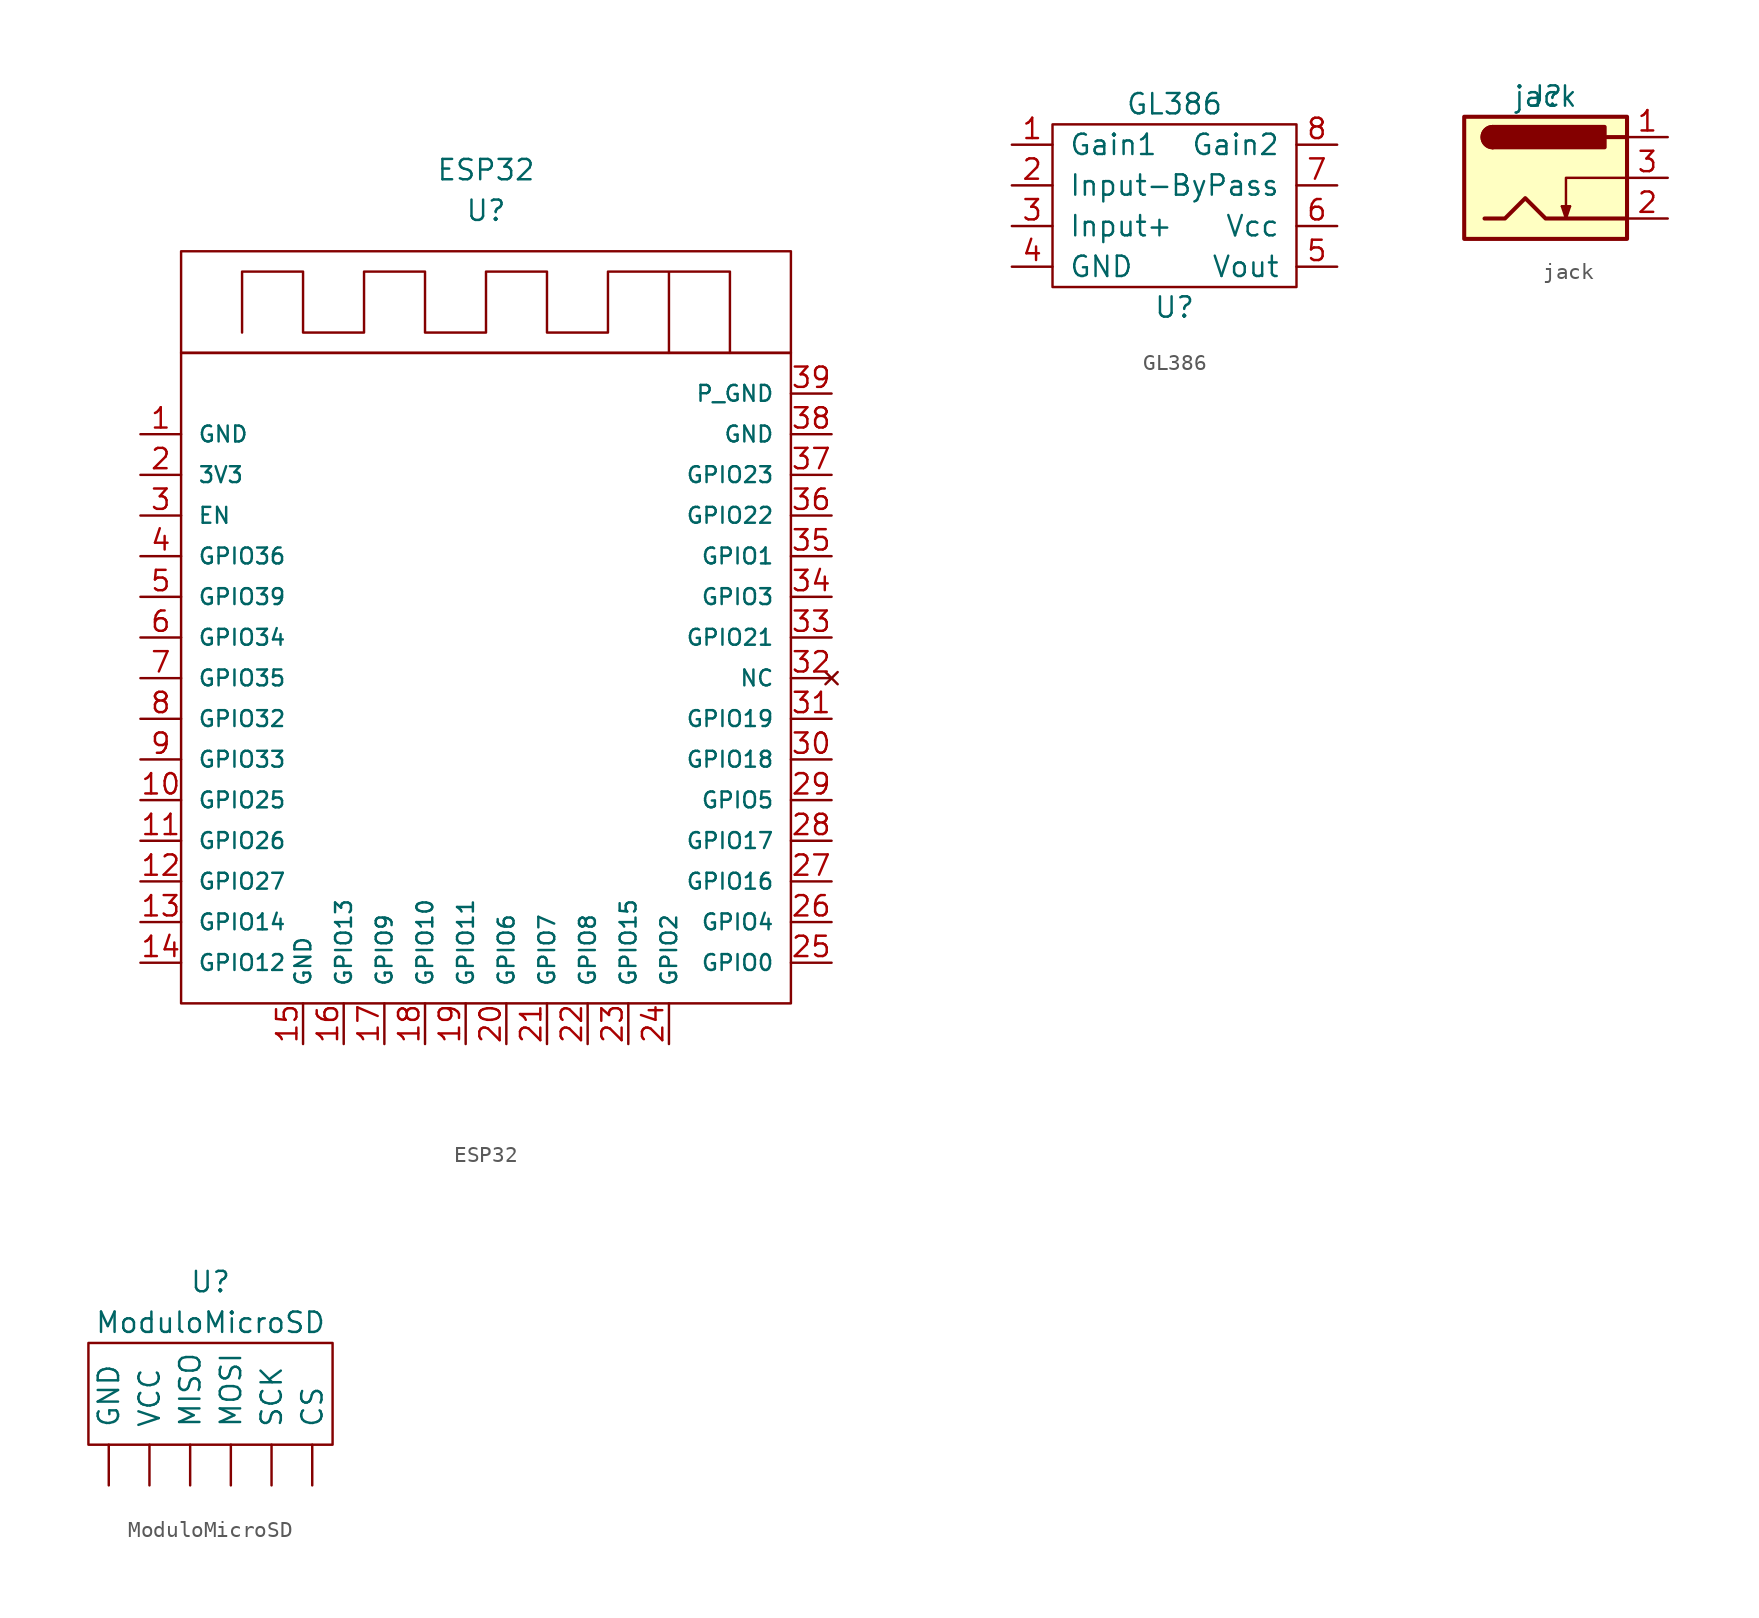
<source format=kicad_sym>
(kicad_symbol_lib
  (version 20211014)
  (generator kicad_symbol_editor)
  (symbol "ESP32"
    (pin_names
      (offset 1.016))
    (property "Reference" "U"
      (at 0 27.94 0)
      (effects (font (size 1.27 1.27))))
    (property "Value" "ESP32"
      (at 0 30.48 0)
      (effects (font (size 1.27 1.27))))
    (symbol "ESP32_0_1"
      (rectangle (start -19.05 19.05) (end 19.05 -21.59) (stroke (width 0) (type default) (color 0 0 0 0)) (fill (type none)))
      (rectangle (start -19.05 19.05) (end 19.05 25.4) (stroke (width 0) (type default) (color 0 0 0 0)) (fill (type none)))
      (polyline (pts (xy 15.24 19.05) (xy 15.24 24.13) (xy 11.43 24.13) (xy 11.43 19.05) (xy 11.43 24.13) (xy 7.62 24.13) (xy 7.62 20.32) (xy 3.81 20.32) (xy 3.81 24.13) (xy 0 24.13) (xy 0 20.32) (xy -3.81 20.32) (xy -3.81 24.13) (xy -7.62 24.13) (xy -7.62 20.32) (xy -11.43 20.32) (xy -11.43 24.13) (xy -15.24 24.13) (xy -15.24 20.32)) (stroke (width 0) (type default) (color 0 0 0 0)) (fill (type none))))
    (symbol "ESP32_1_1"
      (pin bidirectional line (at -21.59 13.97 0) (length 2.54) (name "GND" (effects (font (size 0.991 0.991)))) (number "1" (effects (font (size 1.27 1.27)))))
      (pin bidirectional line (at -21.59 -8.89 0) (length 2.54) (name "GPIO25" (effects (font (size 0.991 0.991)))) (number "10" (effects (font (size 1.27 1.27)))))
      (pin bidirectional line (at -21.59 -11.43 0) (length 2.54) (name "GPIO26" (effects (font (size 0.991 0.991)))) (number "11" (effects (font (size 1.27 1.27)))))
      (pin bidirectional line (at -21.59 -13.97 0) (length 2.54) (name "GPIO27" (effects (font (size 0.991 0.991)))) (number "12" (effects (font (size 1.27 1.27)))))
      (pin bidirectional line (at -21.59 -16.51 0) (length 2.54) (name "GPIO14" (effects (font (size 0.991 0.991)))) (number "13" (effects (font (size 1.27 1.27)))))
      (pin bidirectional line (at -21.59 -19.05 0) (length 2.54) (name "GPIO12" (effects (font (size 0.991 0.991)))) (number "14" (effects (font (size 1.27 1.27)))))
      (pin bidirectional line (at -11.43 -24.13 90) (length 2.54) (name "GND" (effects (font (size 0.991 0.991)))) (number "15" (effects (font (size 1.27 1.27)))))
      (pin bidirectional line (at -8.89 -24.13 90) (length 2.54) (name "GPIO13" (effects (font (size 0.991 0.991)))) (number "16" (effects (font (size 1.27 1.27)))))
      (pin bidirectional line (at -6.35 -24.13 90) (length 2.54) (name "GPIO9" (effects (font (size 0.991 0.991)))) (number "17" (effects (font (size 1.27 1.27)))))
      (pin bidirectional line (at -3.81 -24.13 90) (length 2.54) (name "GPIO10" (effects (font (size 0.991 0.991)))) (number "18" (effects (font (size 1.27 1.27)))))
      (pin bidirectional line (at -1.27 -24.13 90) (length 2.54) (name "GPIO11" (effects (font (size 0.991 0.991)))) (number "19" (effects (font (size 1.27 1.27)))))
      (pin bidirectional line (at -21.59 11.43 0) (length 2.54) (name "3V3" (effects (font (size 0.991 0.991)))) (number "2" (effects (font (size 1.27 1.27)))))
      (pin bidirectional line (at 1.27 -24.13 90) (length 2.54) (name "GPIO6" (effects (font (size 0.991 0.991)))) (number "20" (effects (font (size 1.27 1.27)))))
      (pin bidirectional line (at 3.81 -24.13 90) (length 2.54) (name "GPIO7" (effects (font (size 0.991 0.991)))) (number "21" (effects (font (size 1.27 1.27)))))
      (pin bidirectional line (at 6.35 -24.13 90) (length 2.54) (name "GPIO8" (effects (font (size 0.991 0.991)))) (number "22" (effects (font (size 1.27 1.27)))))
      (pin bidirectional line (at 8.89 -24.13 90) (length 2.54) (name "GPIO15" (effects (font (size 0.991 0.991)))) (number "23" (effects (font (size 1.27 1.27)))))
      (pin bidirectional line (at 11.43 -24.13 90) (length 2.54) (name "GPIO2" (effects (font (size 0.991 0.991)))) (number "24" (effects (font (size 1.27 1.27)))))
      (pin bidirectional line (at 21.59 -19.05 180) (length 2.54) (name "GPIO0" (effects (font (size 0.991 0.991)))) (number "25" (effects (font (size 1.27 1.27)))))
      (pin bidirectional line (at 21.59 -16.51 180) (length 2.54) (name "GPIO4" (effects (font (size 0.991 0.991)))) (number "26" (effects (font (size 1.27 1.27)))))
      (pin bidirectional line (at 21.59 -13.97 180) (length 2.54) (name "GPIO16" (effects (font (size 0.991 0.991)))) (number "27" (effects (font (size 1.27 1.27)))))
      (pin bidirectional line (at 21.59 -11.43 180) (length 2.54) (name "GPIO17" (effects (font (size 0.991 0.991)))) (number "28" (effects (font (size 1.27 1.27)))))
      (pin bidirectional line (at 21.59 -8.89 180) (length 2.54) (name "GPIO5" (effects (font (size 0.991 0.991)))) (number "29" (effects (font (size 1.27 1.27)))))
      (pin bidirectional line (at -21.59 8.89 0) (length 2.54) (name "EN" (effects (font (size 0.991 0.991)))) (number "3" (effects (font (size 1.27 1.27)))))
      (pin bidirectional line (at 21.59 -6.35 180) (length 2.54) (name "GPIO18" (effects (font (size 0.991 0.991)))) (number "30" (effects (font (size 1.27 1.27)))))
      (pin bidirectional line (at 21.59 -3.81 180) (length 2.54) (name "GPIO19" (effects (font (size 0.991 0.991)))) (number "31" (effects (font (size 1.27 1.27)))))
      (pin no_connect line (at 21.59 -1.27 180) (length 2.54) (name "NC" (effects (font (size 0.991 0.991)))) (number "32" (effects (font (size 1.27 1.27)))))
      (pin bidirectional line (at 21.59 1.27 180) (length 2.54) (name "GPIO21" (effects (font (size 0.991 0.991)))) (number "33" (effects (font (size 1.27 1.27)))))
      (pin input line (at 21.59 3.81 180) (length 2.54) (name "GPIO3" (effects (font (size 0.991 0.991)))) (number "34" (effects (font (size 1.27 1.27)))))
      (pin output line (at 21.59 6.35 180) (length 2.54) (name "GPIO1" (effects (font (size 0.991 0.991)))) (number "35" (effects (font (size 1.27 1.27)))))
      (pin bidirectional line (at 21.59 8.89 180) (length 2.54) (name "GPIO22" (effects (font (size 0.991 0.991)))) (number "36" (effects (font (size 1.27 1.27)))))
      (pin bidirectional line (at 21.59 11.43 180) (length 2.54) (name "GPIO23" (effects (font (size 0.991 0.991)))) (number "37" (effects (font (size 1.27 1.27)))))
      (pin bidirectional line (at 21.59 13.97 180) (length 2.54) (name "GND" (effects (font (size 0.991 0.991)))) (number "38" (effects (font (size 1.27 1.27)))))
      (pin bidirectional line (at 21.59 16.51 180) (length 2.54) (name "P_GND" (effects (font (size 0.991 0.991)))) (number "39" (effects (font (size 1.27 1.27)))))
      (pin input line (at -21.59 6.35 0) (length 2.54) (name "GPIO36" (effects (font (size 0.991 0.991)))) (number "4" (effects (font (size 1.27 1.27)))))
      (pin input line (at -21.59 3.81 0) (length 2.54) (name "GPIO39" (effects (font (size 0.991 0.991)))) (number "5" (effects (font (size 1.27 1.27)))))
      (pin input line (at -21.59 1.27 0) (length 2.54) (name "GPIO34" (effects (font (size 0.991 0.991)))) (number "6" (effects (font (size 1.27 1.27)))))
      (pin input line (at -21.59 -1.27 0) (length 2.54) (name "GPIO35" (effects (font (size 0.991 0.991)))) (number "7" (effects (font (size 1.27 1.27)))))
      (pin bidirectional line (at -21.59 -3.81 0) (length 2.54) (name "GPIO32" (effects (font (size 0.991 0.991)))) (number "8" (effects (font (size 1.27 1.27)))))
      (pin bidirectional line (at -21.59 -6.35 0) (length 2.54) (name "GPIO33" (effects (font (size 0.991 0.991)))) (number "9" (effects (font (size 1.27 1.27)))))))
  (symbol "GL386"
    (pin_names
      (offset 1.016))
    (property "Reference" "U"
      (at 0 -6.35 0)
      (effects (font (size 1.27 1.27))))
    (property "Value" "GL386"
      (at 0 6.35 0)
      (effects (font (size 1.27 1.27))))
    (symbol "GL386_0_1"
      (rectangle (start -7.62 5.08) (end 7.62 -5.08) (stroke (width 0) (type default) (color 0 0 0 0)) (fill (type none))))
    (symbol "GL386_1_1"
      (pin bidirectional line (at -10.16 3.81 0) (length 2.54) (name "Gain1" (effects (font (size 1.27 1.27)))) (number "1" (effects (font (size 1.27 1.27)))))
      (pin input line (at -10.16 1.27 0) (length 2.54) (name "Input-" (effects (font (size 1.27 1.27)))) (number "2" (effects (font (size 1.27 1.27)))))
      (pin input line (at -10.16 -1.27 0) (length 2.54) (name "Input+" (effects (font (size 1.27 1.27)))) (number "3" (effects (font (size 1.27 1.27)))))
      (pin power_in line (at -10.16 -3.81 0) (length 2.54) (name "GND" (effects (font (size 1.27 1.27)))) (number "4" (effects (font (size 1.27 1.27)))))
      (pin output line (at 10.16 -3.81 180) (length 2.54) (name "Vout" (effects (font (size 1.27 1.27)))) (number "5" (effects (font (size 1.27 1.27)))))
      (pin power_in line (at 10.16 -1.27 180) (length 2.54) (name "Vcc" (effects (font (size 1.27 1.27)))) (number "6" (effects (font (size 1.27 1.27)))))
      (pin output line (at 10.16 1.27 180) (length 2.54) (name "ByPass" (effects (font (size 1.27 1.27)))) (number "7" (effects (font (size 1.27 1.27)))))
      (pin bidirectional line (at 10.16 3.81 180) (length 2.54) (name "Gain2" (effects (font (size 1.27 1.27)))) (number "8" (effects (font (size 1.27 1.27)))))))
  (symbol "jack"
    (pin_names
      (offset 1.016))
    (property "Reference" "J"
      (at 0 0 0)
      (effects (font (size 1.27 1.27))))
    (property "Value" "jack"
      (at 0 0 0)
      (effects (font (size 1.27 1.27))))
    (symbol "jack_0_1"
      (polyline (pts (xy 1.016 -6.858) (xy 1.27 -7.62) (xy 1.524 -6.858)) (stroke (width 0) (type default) (color 0 0 0 0)) (fill (type none)))
      (polyline (pts (xy 1.397 -6.858) (xy 1.27 -7.239) (xy 1.143 -6.858)) (stroke (width 0) (type default) (color 0 0 0 0)) (fill (type none)))
      (rectangle (start 1.27 -6.858) (end 1.016 -6.858) (stroke (width 0) (type default) (color 0 0 0 0)) (fill (type none)))
      (rectangle (start 1.27 -6.858) (end 1.27 -6.858) (stroke (width 0) (type default) (color 0 0 0 0)) (fill (type none)))
      (rectangle (start 1.27 -6.858) (end 1.524 -6.858) (stroke (width 0) (type default) (color 0 0 0 0)) (fill (type none)))
      (rectangle (start 5.08 -5.08) (end 1.27 -7.62) (stroke (width 0) (type default) (color 0 0 0 0)) (fill (type none))))
    (symbol "jack_1_1"
      (rectangle (start -5.08 -1.27) (end 5.08 -8.89) (stroke (width 0.254) (type default) (color 0 0 0 0)) (fill (type background)))
      (arc (start -3.302 -1.905) (mid -3.937 -2.54) (end -3.302 -3.175) (stroke (width 0.254) (type default) (color 0 0 0 0)) (fill (type none)))
      (arc (start -3.302 -1.905) (mid -3.937 -2.54) (end -3.302 -3.175) (stroke (width 0.254) (type default) (color 0 0 0 0)) (fill (type outline)))
      (polyline (pts (xy 5.08 -2.54) (xy 3.81 -2.54)) (stroke (width 0.254) (type default) (color 0 0 0 0)) (fill (type none)))
      (polyline (pts (xy -3.81 -7.62) (xy -2.54 -7.62) (xy -1.27 -6.35) (xy 0 -7.62) (xy 2.54 -7.62) (xy 5.08 -7.62)) (stroke (width 0.254) (type default) (color 0 0 0 0)) (fill (type none)))
      (rectangle (start 3.683 -1.905) (end -3.302 -3.175) (stroke (width 0.254) (type default) (color 0 0 0 0)) (fill (type outline)))
      (pin passive line (at 7.62 -2.54 180) (length 2.54) (name "~" (effects (font (size 1.27 1.27)))) (number "1" (effects (font (size 1.27 1.27)))))
      (pin passive line (at 7.62 -7.62 180) (length 2.54) (name "~" (effects (font (size 1.27 1.27)))) (number "2" (effects (font (size 1.27 1.27)))))
      (pin passive line (at 7.62 -5.08 180) (length 2.54) (name "~" (effects (font (size 1.27 1.27)))) (number "3" (effects (font (size 1.27 1.27)))))))
  (symbol "ModuloMicroSD"
    (pin_names
      (offset 1.016))
    (property "Reference" "U"
      (at 0 7.62 0)
      (effects (font (size 1.27 1.27))))
    (property "Value" "ModuloMicroSD"
      (at 0 5.08 0)
      (effects (font (size 1.27 1.27))))
    (symbol "ModuloMicroSD_0_1"
      (polyline (pts (xy -7.62 -2.54) (xy 7.62 -2.54) (xy 7.62 3.81) (xy -7.62 3.81) (xy -7.62 -2.54)) (stroke (width 0) (type default) (color 0 0 0 0)) (fill (type none))))
    (symbol "ModuloMicroSD_1_1"
      (pin passive line (at 6.35 -5.08 90) (length 2.54) (name "CS" (effects (font (size 1.27 1.27)))) (number "~" (effects (font (size 1.27 1.27)))))
      (pin input line (at -6.35 -5.08 90) (length 2.54) (name "GND" (effects (font (size 1.27 1.27)))) (number "~" (effects (font (size 1.27 1.27)))))
      (pin passive line (at -1.27 -5.08 90) (length 2.54) (name "MISO" (effects (font (size 1.27 1.27)))) (number "~" (effects (font (size 1.27 1.27)))))
      (pin passive line (at 1.27 -5.08 90) (length 2.54) (name "MOSI" (effects (font (size 1.27 1.27)))) (number "~" (effects (font (size 1.27 1.27)))))
      (pin passive line (at 3.81 -5.08 90) (length 2.54) (name "SCK" (effects (font (size 1.27 1.27)))) (number "~" (effects (font (size 1.27 1.27)))))
      (pin input line (at -3.81 -5.08 90) (length 2.54) (name "VCC" (effects (font (size 1.27 1.27)))) (number "~" (effects (font (size 1.27 1.27))))))))
</source>
